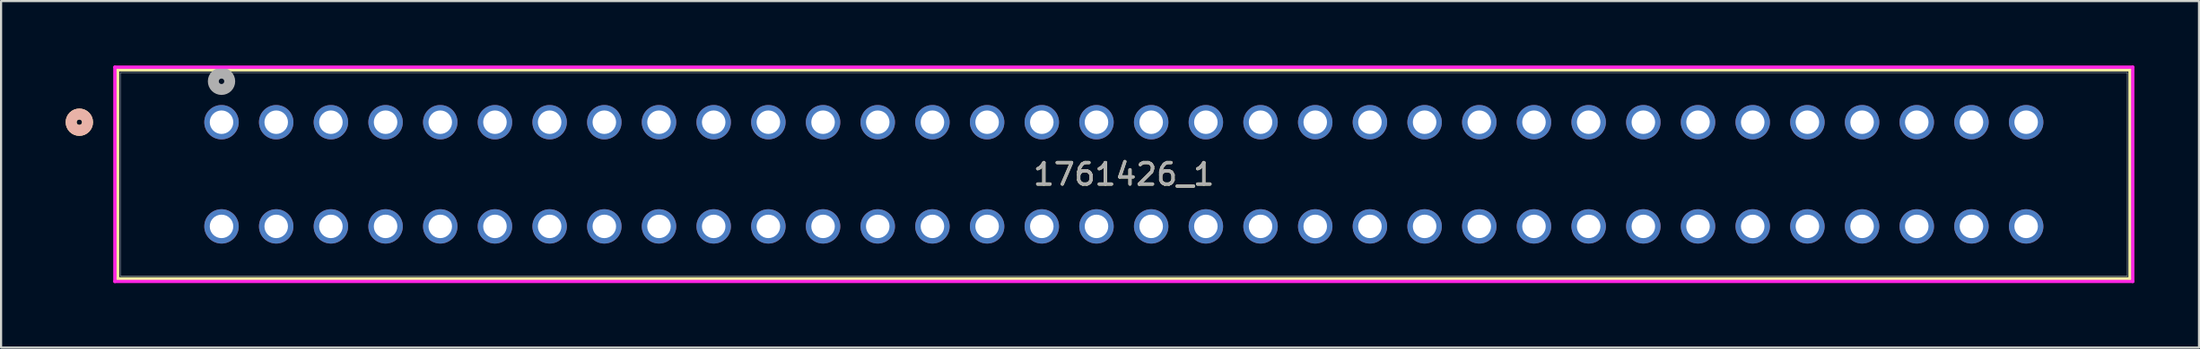
<source format=kicad_pcb>
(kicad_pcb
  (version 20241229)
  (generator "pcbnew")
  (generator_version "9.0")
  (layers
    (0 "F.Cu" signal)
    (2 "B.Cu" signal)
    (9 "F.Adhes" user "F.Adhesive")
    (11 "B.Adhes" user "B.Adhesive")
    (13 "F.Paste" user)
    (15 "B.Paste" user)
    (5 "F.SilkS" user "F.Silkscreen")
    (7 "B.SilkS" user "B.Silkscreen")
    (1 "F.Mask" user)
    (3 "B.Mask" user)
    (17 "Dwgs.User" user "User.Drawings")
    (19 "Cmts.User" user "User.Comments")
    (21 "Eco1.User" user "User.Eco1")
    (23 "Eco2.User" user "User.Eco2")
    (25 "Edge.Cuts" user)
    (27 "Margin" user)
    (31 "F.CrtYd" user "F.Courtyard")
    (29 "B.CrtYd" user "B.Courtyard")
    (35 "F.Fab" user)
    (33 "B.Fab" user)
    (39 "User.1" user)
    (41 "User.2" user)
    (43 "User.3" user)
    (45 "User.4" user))
  (footprint "1761426_1"
    (layer "F.Cu")
    (at 49.149 5.067)
    (property "Reference" "1761426_1" (at 0 0 0) (unlocked yes) (layer "F.SilkS") (effects (font (size 1 1) (thickness 0.15))))
    (attr through_hole)
    (fp_line (start -46.736 -4.864) (end -46.736 4.864) (stroke (width 0.152) (type solid)) (layer "F.SilkS"))
    (fp_line (start -46.736 4.864) (end 46.736 4.864) (stroke (width 0.152) (type solid)) (layer "F.SilkS"))
    (fp_line (start 46.736 -4.864) (end -46.736 -4.864) (stroke (width 0.152) (type solid)) (layer "F.SilkS"))
    (fp_line (start 46.736 4.864) (end 46.736 -4.864) (stroke (width 0.152) (type solid)) (layer "F.SilkS"))
    (fp_circle (center -48.514 -2.426) (end -48.133 -2.426) (stroke (width 0.508) (type solid)) (fill no) (layer "F.SilkS"))
    (fp_circle (center -48.514 -2.426) (end -48.133 -2.426) (stroke (width 0.508) (type solid)) (fill no) (layer "B.SilkS"))
    (fp_line (start -46.863 -4.991) (end -46.863 4.991) (stroke (width 0.152) (type solid)) (layer "F.CrtYd"))
    (fp_line (start -46.863 4.991) (end 46.863 4.991) (stroke (width 0.152) (type solid)) (layer "F.CrtYd"))
    (fp_line (start 46.863 -4.991) (end -46.863 -4.991) (stroke (width 0.152) (type solid)) (layer "F.CrtYd"))
    (fp_line (start 46.863 4.991) (end 46.863 -4.991) (stroke (width 0.152) (type solid)) (layer "F.CrtYd"))
    (fp_line (start -46.609 -4.737) (end -46.609 4.737) (stroke (width 0.025) (type solid)) (layer "F.Fab"))
    (fp_line (start -46.609 4.737) (end 46.609 4.737) (stroke (width 0.025) (type solid)) (layer "F.Fab"))
    (fp_line (start 46.609 -4.737) (end -46.609 -4.737) (stroke (width 0.025) (type solid)) (layer "F.Fab"))
    (fp_line (start 46.609 4.737) (end 46.609 -4.737) (stroke (width 0.025) (type solid)) (layer "F.Fab"))
    (fp_circle (center -41.91 -4.331) (end -41.529 -4.331) (stroke (width 0.508) (type solid)) (fill no) (layer "F.Fab"))
    (fp_text user "${REFERENCE}" (at 0 0 0) (unlocked yes) (layer "F.Fab") (effects (font (size 1 1) (thickness 0.15))))
    (pad "1" thru_hole circle (at -41.91 -2.426) (size 1.6 1.6) (drill 1.092) (layers "*.Cu" "*.Mask"))
    (pad "2" thru_hole circle (at -39.37 -2.426) (size 1.6 1.6) (drill 1.092) (layers "*.Cu" "*.Mask"))
    (pad "3" thru_hole circle (at -36.83 -2.426) (size 1.6 1.6) (drill 1.092) (layers "*.Cu" "*.Mask"))
    (pad "4" thru_hole circle (at -34.29 -2.426) (size 1.6 1.6) (drill 1.092) (layers "*.Cu" "*.Mask"))
    (pad "5" thru_hole circle (at -31.75 -2.426) (size 1.6 1.6) (drill 1.092) (layers "*.Cu" "*.Mask"))
    (pad "6" thru_hole circle (at -29.21 -2.426) (size 1.6 1.6) (drill 1.092) (layers "*.Cu" "*.Mask"))
    (pad "7" thru_hole circle (at -26.67 -2.426) (size 1.6 1.6) (drill 1.092) (layers "*.Cu" "*.Mask"))
    (pad "8" thru_hole circle (at -24.13 -2.426) (size 1.6 1.6) (drill 1.092) (layers "*.Cu" "*.Mask"))
    (pad "9" thru_hole circle (at -21.59 -2.426) (size 1.6 1.6) (drill 1.092) (layers "*.Cu" "*.Mask"))
    (pad "10" thru_hole circle (at -19.05 -2.426) (size 1.6 1.6) (drill 1.092) (layers "*.Cu" "*.Mask"))
    (pad "11" thru_hole circle (at -16.51 -2.426) (size 1.6 1.6) (drill 1.092) (layers "*.Cu" "*.Mask"))
    (pad "12" thru_hole circle (at -13.97 -2.426) (size 1.6 1.6) (drill 1.092) (layers "*.Cu" "*.Mask"))
    (pad "13" thru_hole circle (at -11.43 -2.426) (size 1.6 1.6) (drill 1.092) (layers "*.Cu" "*.Mask"))
    (pad "14" thru_hole circle (at -8.89 -2.426) (size 1.6 1.6) (drill 1.092) (layers "*.Cu" "*.Mask"))
    (pad "15" thru_hole circle (at -6.35 -2.426) (size 1.6 1.6) (drill 1.092) (layers "*.Cu" "*.Mask"))
    (pad "16" thru_hole circle (at -3.81 -2.426) (size 1.6 1.6) (drill 1.092) (layers "*.Cu" "*.Mask"))
    (pad "17" thru_hole circle (at -1.27 -2.426) (size 1.6 1.6) (drill 1.092) (layers "*.Cu" "*.Mask"))
    (pad "18" thru_hole circle (at 1.27 -2.426) (size 1.6 1.6) (drill 1.092) (layers "*.Cu" "*.Mask"))
    (pad "19" thru_hole circle (at 3.81 -2.426) (size 1.6 1.6) (drill 1.092) (layers "*.Cu" "*.Mask"))
    (pad "20" thru_hole circle (at 6.35 -2.426) (size 1.6 1.6) (drill 1.092) (layers "*.Cu" "*.Mask"))
    (pad "21" thru_hole circle (at 8.89 -2.426) (size 1.6 1.6) (drill 1.092) (layers "*.Cu" "*.Mask"))
    (pad "22" thru_hole circle (at 11.43 -2.426) (size 1.6 1.6) (drill 1.092) (layers "*.Cu" "*.Mask"))
    (pad "23" thru_hole circle (at 13.97 -2.426) (size 1.6 1.6) (drill 1.092) (layers "*.Cu" "*.Mask"))
    (pad "24" thru_hole circle (at 16.51 -2.426) (size 1.6 1.6) (drill 1.092) (layers "*.Cu" "*.Mask"))
    (pad "25" thru_hole circle (at 19.05 -2.426) (size 1.6 1.6) (drill 1.092) (layers "*.Cu" "*.Mask"))
    (pad "26" thru_hole circle (at 21.59 -2.426) (size 1.6 1.6) (drill 1.092) (layers "*.Cu" "*.Mask"))
    (pad "27" thru_hole circle (at 24.13 -2.426) (size 1.6 1.6) (drill 1.092) (layers "*.Cu" "*.Mask"))
    (pad "28" thru_hole circle (at 26.67 -2.426) (size 1.6 1.6) (drill 1.092) (layers "*.Cu" "*.Mask"))
    (pad "29" thru_hole circle (at 29.21 -2.426) (size 1.6 1.6) (drill 1.092) (layers "*.Cu" "*.Mask"))
    (pad "30" thru_hole circle (at 31.75 -2.426) (size 1.6 1.6) (drill 1.092) (layers "*.Cu" "*.Mask"))
    (pad "31" thru_hole circle (at 34.29 -2.426) (size 1.6 1.6) (drill 1.092) (layers "*.Cu" "*.Mask"))
    (pad "32" thru_hole circle (at 36.83 -2.426) (size 1.6 1.6) (drill 1.092) (layers "*.Cu" "*.Mask"))
    (pad "33" thru_hole circle (at 39.37 -2.426) (size 1.6 1.6) (drill 1.092) (layers "*.Cu" "*.Mask"))
    (pad "34" thru_hole circle (at 41.91 -2.426) (size 1.6 1.6) (drill 1.092) (layers "*.Cu" "*.Mask"))
    (pad "35" thru_hole circle (at 41.91 2.426) (size 1.6 1.6) (drill 1.092) (layers "*.Cu" "*.Mask"))
    (pad "36" thru_hole circle (at 39.37 2.426) (size 1.6 1.6) (drill 1.092) (layers "*.Cu" "*.Mask"))
    (pad "37" thru_hole circle (at 36.83 2.426) (size 1.6 1.6) (drill 1.092) (layers "*.Cu" "*.Mask"))
    (pad "38" thru_hole circle (at 34.29 2.426) (size 1.6 1.6) (drill 1.092) (layers "*.Cu" "*.Mask"))
    (pad "39" thru_hole circle (at 31.75 2.426) (size 1.6 1.6) (drill 1.092) (layers "*.Cu" "*.Mask"))
    (pad "40" thru_hole circle (at 29.21 2.426) (size 1.6 1.6) (drill 1.092) (layers "*.Cu" "*.Mask"))
    (pad "41" thru_hole circle (at 26.67 2.426) (size 1.6 1.6) (drill 1.092) (layers "*.Cu" "*.Mask"))
    (pad "42" thru_hole circle (at 24.13 2.426) (size 1.6 1.6) (drill 1.092) (layers "*.Cu" "*.Mask"))
    (pad "43" thru_hole circle (at 21.59 2.426) (size 1.6 1.6) (drill 1.092) (layers "*.Cu" "*.Mask"))
    (pad "44" thru_hole circle (at 19.05 2.426) (size 1.6 1.6) (drill 1.092) (layers "*.Cu" "*.Mask"))
    (pad "45" thru_hole circle (at 16.51 2.426) (size 1.6 1.6) (drill 1.092) (layers "*.Cu" "*.Mask"))
    (pad "46" thru_hole circle (at 13.97 2.426) (size 1.6 1.6) (drill 1.092) (layers "*.Cu" "*.Mask"))
    (pad "47" thru_hole circle (at 11.43 2.426) (size 1.6 1.6) (drill 1.092) (layers "*.Cu" "*.Mask"))
    (pad "48" thru_hole circle (at 8.89 2.426) (size 1.6 1.6) (drill 1.092) (layers "*.Cu" "*.Mask"))
    (pad "49" thru_hole circle (at 6.35 2.426) (size 1.6 1.6) (drill 1.092) (layers "*.Cu" "*.Mask"))
    (pad "50" thru_hole circle (at 3.81 2.426) (size 1.6 1.6) (drill 1.092) (layers "*.Cu" "*.Mask"))
    (pad "51" thru_hole circle (at 1.27 2.426) (size 1.6 1.6) (drill 1.092) (layers "*.Cu" "*.Mask"))
    (pad "52" thru_hole circle (at -1.27 2.426) (size 1.6 1.6) (drill 1.092) (layers "*.Cu" "*.Mask"))
    (pad "53" thru_hole circle (at -3.81 2.426) (size 1.6 1.6) (drill 1.092) (layers "*.Cu" "*.Mask"))
    (pad "54" thru_hole circle (at -6.35 2.426) (size 1.6 1.6) (drill 1.092) (layers "*.Cu" "*.Mask"))
    (pad "55" thru_hole circle (at -8.89 2.426) (size 1.6 1.6) (drill 1.092) (layers "*.Cu" "*.Mask"))
    (pad "56" thru_hole circle (at -11.43 2.426) (size 1.6 1.6) (drill 1.092) (layers "*.Cu" "*.Mask"))
    (pad "57" thru_hole circle (at -13.97 2.426) (size 1.6 1.6) (drill 1.092) (layers "*.Cu" "*.Mask"))
    (pad "58" thru_hole circle (at -16.51 2.426) (size 1.6 1.6) (drill 1.092) (layers "*.Cu" "*.Mask"))
    (pad "59" thru_hole circle (at -19.05 2.426) (size 1.6 1.6) (drill 1.092) (layers "*.Cu" "*.Mask"))
    (pad "60" thru_hole circle (at -21.59 2.426) (size 1.6 1.6) (drill 1.092) (layers "*.Cu" "*.Mask"))
    (pad "61" thru_hole circle (at -24.13 2.426) (size 1.6 1.6) (drill 1.092) (layers "*.Cu" "*.Mask"))
    (pad "62" thru_hole circle (at -26.67 2.426) (size 1.6 1.6) (drill 1.092) (layers "*.Cu" "*.Mask"))
    (pad "63" thru_hole circle (at -29.21 2.426) (size 1.6 1.6) (drill 1.092) (layers "*.Cu" "*.Mask"))
    (pad "64" thru_hole circle (at -31.75 2.426) (size 1.6 1.6) (drill 1.092) (layers "*.Cu" "*.Mask"))
    (pad "65" thru_hole circle (at -34.29 2.426) (size 1.6 1.6) (drill 1.092) (layers "*.Cu" "*.Mask"))
    (pad "66" thru_hole circle (at -36.83 2.426) (size 1.6 1.6) (drill 1.092) (layers "*.Cu" "*.Mask"))
    (pad "67" thru_hole circle (at -39.37 2.426) (size 1.6 1.6) (drill 1.092) (layers "*.Cu" "*.Mask"))
    (pad "68" thru_hole circle (at -41.91 2.426) (size 1.6 1.6) (drill 1.092) (layers "*.Cu" "*.Mask")))
  (gr_rect
    (start -3 -3)
    (end 99.088 13.135)
    (stroke (width 0.1) (type default))
    (fill no)
    (layer "Edge.Cuts")))
</source>
